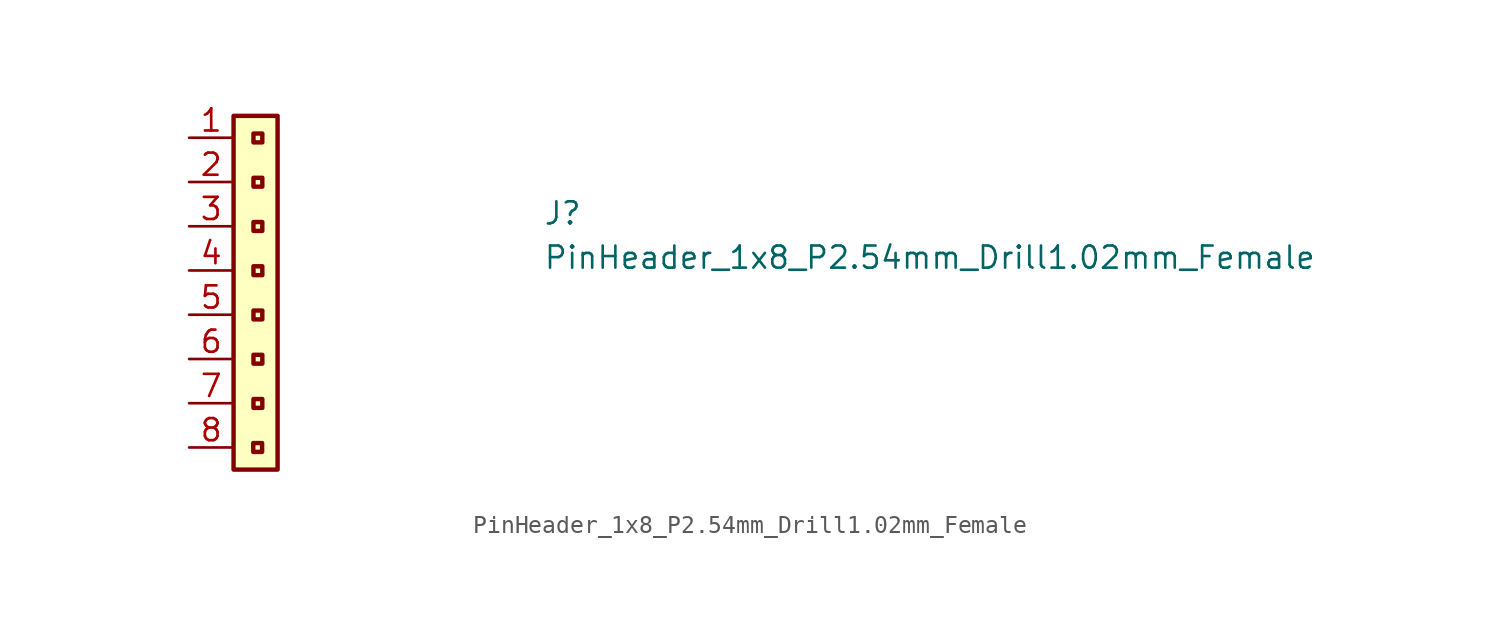
<source format=kicad_sym>
(kicad_symbol_lib
  (version 20211014)
  (generator kicad_symbol_editor)
  (symbol "PinHeader_1x8_P2.54mm_Drill1.02mm_Female"
    (property "Reference" "J"
      (at 20.32 -5.08 0)
      (effects (font (size 1.27 1.27) (thickness 0.15)) (justify left bottom)))
    (property "Value" "PinHeader_1x8_P2.54mm_Drill1.02mm_Female"
      (at 20.32 -7.62 0)
      (effects (font (size 1.27 1.27) (thickness 0.15)) (justify left bottom)))
    (symbol "PinHeader_1x8_P2.54mm_Drill1.02mm_Female_1_1"
      (rectangle (start 2.553 1.257) (end 5.08 -19.05) (stroke (width 0.254) (type default) (color 0 0 0 0)) (fill (type background)))
      (rectangle (start 4.191 -18.034) (end 3.683 -17.526) (stroke (width 0.254) (type default) (color 0 0 0 0)) (fill (type none)))
      (rectangle (start 4.204 -15.507) (end 3.696 -14.999) (stroke (width 0.254) (type default) (color 0 0 0 0)) (fill (type none)))
      (rectangle (start 4.204 -12.967) (end 3.696 -12.459) (stroke (width 0.254) (type default) (color 0 0 0 0)) (fill (type none)))
      (rectangle (start 4.204 -10.427) (end 3.696 -9.919) (stroke (width 0.254) (type default) (color 0 0 0 0)) (fill (type none)))
      (rectangle (start 4.204 -7.887) (end 3.696 -7.379) (stroke (width 0.254) (type default) (color 0 0 0 0)) (fill (type none)))
      (rectangle (start 4.204 -5.347) (end 3.696 -4.839) (stroke (width 0.254) (type default) (color 0 0 0 0)) (fill (type none)))
      (rectangle (start 4.204 -2.807) (end 3.696 -2.299) (stroke (width 0.254) (type default) (color 0 0 0 0)) (fill (type none)))
      (rectangle (start 4.204 -0.267) (end 3.696 0.241) (stroke (width 0.254) (type default) (color 0 0 0 0)) (fill (type none)))
      (pin passive line (at 0 0 0) (length 2.54) (name "~" (effects (font (size 1.27 1.27)))) (number "1" (effects (font (size 1.27 1.27)))))
      (pin passive line (at 0 -2.54 0) (length 2.54) (name "~" (effects (font (size 1.27 1.27)))) (number "2" (effects (font (size 1.27 1.27)))))
      (pin passive line (at 0 -5.08 0) (length 2.54) (name "~" (effects (font (size 1.27 1.27)))) (number "3" (effects (font (size 1.27 1.27)))))
      (pin passive line (at 0 -7.62 0) (length 2.54) (name "~" (effects (font (size 1.27 1.27)))) (number "4" (effects (font (size 1.27 1.27)))))
      (pin passive line (at 0 -10.16 0) (length 2.54) (name "~" (effects (font (size 1.27 1.27)))) (number "5" (effects (font (size 1.27 1.27)))))
      (pin passive line (at 0 -12.7 0) (length 2.54) (name "~" (effects (font (size 1.27 1.27)))) (number "6" (effects (font (size 1.27 1.27)))))
      (pin passive line (at 0 -15.24 0) (length 2.54) (name "~" (effects (font (size 1.27 1.27)))) (number "7" (effects (font (size 1.27 1.27)))))
      (pin passive line (at 0 -17.78 0) (length 2.54) (name "~" (effects (font (size 1.27 1.27)))) (number "8" (effects (font (size 1.27 1.27))))))))
</source>
